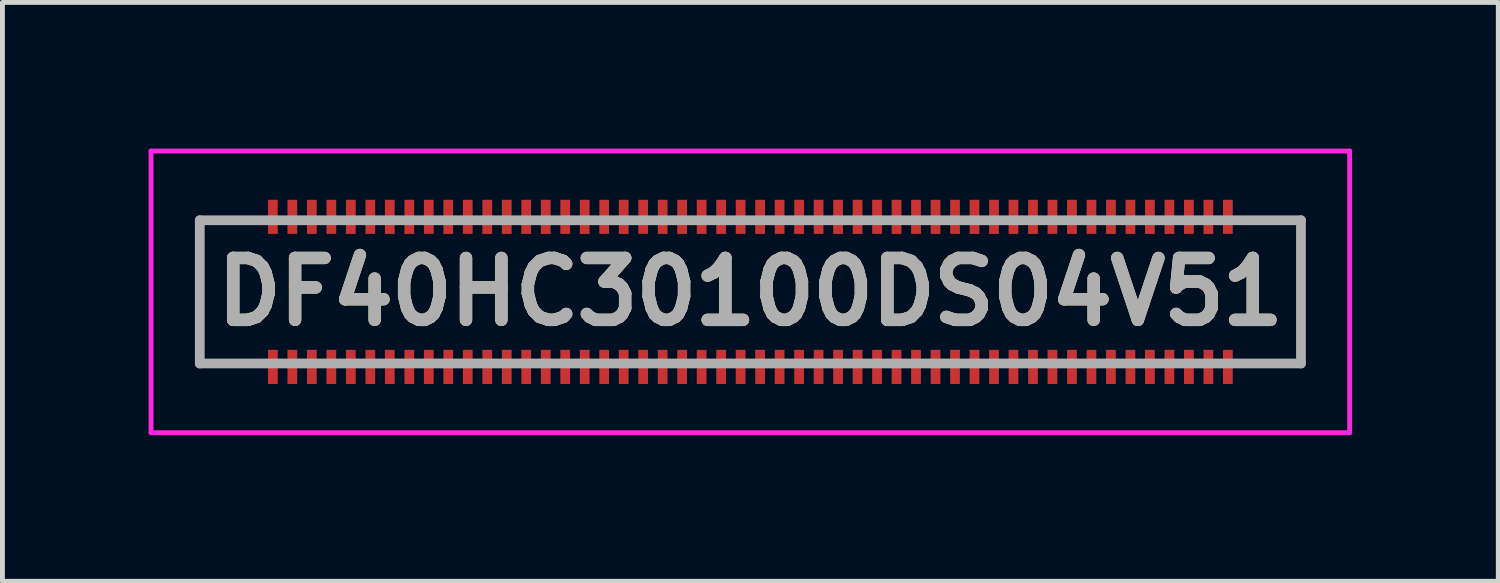
<source format=kicad_pcb>
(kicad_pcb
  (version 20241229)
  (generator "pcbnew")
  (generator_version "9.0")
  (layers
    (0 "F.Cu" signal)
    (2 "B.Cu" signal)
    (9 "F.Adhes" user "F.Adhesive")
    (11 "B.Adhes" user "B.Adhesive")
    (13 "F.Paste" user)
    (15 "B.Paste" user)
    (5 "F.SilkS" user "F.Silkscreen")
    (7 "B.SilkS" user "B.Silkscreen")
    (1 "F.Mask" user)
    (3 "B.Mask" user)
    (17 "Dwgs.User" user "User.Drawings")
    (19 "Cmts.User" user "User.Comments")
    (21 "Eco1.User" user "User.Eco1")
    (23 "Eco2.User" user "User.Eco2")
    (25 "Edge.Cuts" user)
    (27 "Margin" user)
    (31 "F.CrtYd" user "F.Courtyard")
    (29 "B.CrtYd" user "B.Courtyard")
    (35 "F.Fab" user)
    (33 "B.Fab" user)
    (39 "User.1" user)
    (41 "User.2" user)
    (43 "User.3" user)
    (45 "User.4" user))
  (footprint "DF40HC30100DS04V51"
    (layer "F.Cu")
    (at 12.35 2.94)
    (property "Reference" "DF40HC30100DS04V51" (at 0 0 0) (layer "F.SilkS") (effects (font (size 1.27 1.27) (thickness 0.254))))
    (attr smd)
    (fp_line (start -11.3 -1.47) (end -11.3 1.47) (stroke (width 0.1) (type solid)) (layer "F.SilkS"))
    (fp_line (start -11.3 1.47) (end -10 1.47) (stroke (width 0.1) (type solid)) (layer "F.SilkS"))
    (fp_line (start -10 -1.47) (end -11.3 -1.47) (stroke (width 0.1) (type solid)) (layer "F.SilkS"))
    (fp_line (start 10 -1.47) (end 11.3 -1.47) (stroke (width 0.1) (type solid)) (layer "F.SilkS"))
    (fp_line (start 11.3 -1.47) (end 11.3 1.47) (stroke (width 0.1) (type solid)) (layer "F.SilkS"))
    (fp_line (start 11.3 1.47) (end 10 1.47) (stroke (width 0.1) (type solid)) (layer "F.SilkS"))
    (fp_line (start -12.3 -2.89) (end 12.3 -2.89) (stroke (width 0.1) (type solid)) (layer "F.CrtYd"))
    (fp_line (start -12.3 2.89) (end -12.3 -2.89) (stroke (width 0.1) (type solid)) (layer "F.CrtYd"))
    (fp_line (start 12.3 -2.89) (end 12.3 2.89) (stroke (width 0.1) (type solid)) (layer "F.CrtYd"))
    (fp_line (start 12.3 2.89) (end -12.3 2.89) (stroke (width 0.1) (type solid)) (layer "F.CrtYd"))
    (fp_line (start -11.3 -1.47) (end 11.3 -1.47) (stroke (width 0.2) (type solid)) (layer "F.Fab"))
    (fp_line (start -11.3 1.47) (end -11.3 -1.47) (stroke (width 0.2) (type solid)) (layer "F.Fab"))
    (fp_line (start 11.3 -1.47) (end 11.3 1.47) (stroke (width 0.2) (type solid)) (layer "F.Fab"))
    (fp_line (start 11.3 1.47) (end -11.3 1.47) (stroke (width 0.2) (type solid)) (layer "F.Fab"))
    (fp_text user "${REFERENCE}" (at 0 0 0) (layer "F.Fab") (effects (font (size 1.27 1.27) (thickness 0.254))))
    (pad "1" smd rect (at -9.8 1.54) (size 0.2 0.7) (layers "F.Cu" "F.Mask" "F.Paste"))
    (pad "2" smd rect (at -9.8 -1.54) (size 0.2 0.7) (layers "F.Cu" "F.Mask" "F.Paste"))
    (pad "3" smd rect (at -9.4 1.54) (size 0.2 0.7) (layers "F.Cu" "F.Mask" "F.Paste"))
    (pad "4" smd rect (at -9.4 -1.54) (size 0.2 0.7) (layers "F.Cu" "F.Mask" "F.Paste"))
    (pad "5" smd rect (at -9 1.54) (size 0.2 0.7) (layers "F.Cu" "F.Mask" "F.Paste"))
    (pad "6" smd rect (at -9 -1.54) (size 0.2 0.7) (layers "F.Cu" "F.Mask" "F.Paste"))
    (pad "7" smd rect (at -8.6 1.54) (size 0.2 0.7) (layers "F.Cu" "F.Mask" "F.Paste"))
    (pad "8" smd rect (at -8.6 -1.54) (size 0.2 0.7) (layers "F.Cu" "F.Mask" "F.Paste"))
    (pad "9" smd rect (at -8.2 1.54) (size 0.2 0.7) (layers "F.Cu" "F.Mask" "F.Paste"))
    (pad "10" smd rect (at -8.2 -1.54) (size 0.2 0.7) (layers "F.Cu" "F.Mask" "F.Paste"))
    (pad "11" smd rect (at -7.8 1.54) (size 0.2 0.7) (layers "F.Cu" "F.Mask" "F.Paste"))
    (pad "12" smd rect (at -7.8 -1.54) (size 0.2 0.7) (layers "F.Cu" "F.Mask" "F.Paste"))
    (pad "13" smd rect (at -7.4 1.54) (size 0.2 0.7) (layers "F.Cu" "F.Mask" "F.Paste"))
    (pad "14" smd rect (at -7.4 -1.54) (size 0.2 0.7) (layers "F.Cu" "F.Mask" "F.Paste"))
    (pad "15" smd rect (at -7 1.54) (size 0.2 0.7) (layers "F.Cu" "F.Mask" "F.Paste"))
    (pad "16" smd rect (at -7 -1.54) (size 0.2 0.7) (layers "F.Cu" "F.Mask" "F.Paste"))
    (pad "17" smd rect (at -6.6 1.54) (size 0.2 0.7) (layers "F.Cu" "F.Mask" "F.Paste"))
    (pad "18" smd rect (at -6.6 -1.54) (size 0.2 0.7) (layers "F.Cu" "F.Mask" "F.Paste"))
    (pad "19" smd rect (at -6.2 1.54) (size 0.2 0.7) (layers "F.Cu" "F.Mask" "F.Paste"))
    (pad "20" smd rect (at -6.2 -1.54) (size 0.2 0.7) (layers "F.Cu" "F.Mask" "F.Paste"))
    (pad "21" smd rect (at -5.8 1.54) (size 0.2 0.7) (layers "F.Cu" "F.Mask" "F.Paste"))
    (pad "22" smd rect (at -5.8 -1.54) (size 0.2 0.7) (layers "F.Cu" "F.Mask" "F.Paste"))
    (pad "23" smd rect (at -5.4 1.54) (size 0.2 0.7) (layers "F.Cu" "F.Mask" "F.Paste"))
    (pad "24" smd rect (at -5.4 -1.54) (size 0.2 0.7) (layers "F.Cu" "F.Mask" "F.Paste"))
    (pad "25" smd rect (at -5 1.54) (size 0.2 0.7) (layers "F.Cu" "F.Mask" "F.Paste"))
    (pad "26" smd rect (at -5 -1.54) (size 0.2 0.7) (layers "F.Cu" "F.Mask" "F.Paste"))
    (pad "27" smd rect (at -4.6 1.54) (size 0.2 0.7) (layers "F.Cu" "F.Mask" "F.Paste"))
    (pad "28" smd rect (at -4.6 -1.54) (size 0.2 0.7) (layers "F.Cu" "F.Mask" "F.Paste"))
    (pad "29" smd rect (at -4.2 1.54) (size 0.2 0.7) (layers "F.Cu" "F.Mask" "F.Paste"))
    (pad "30" smd rect (at -4.2 -1.54) (size 0.2 0.7) (layers "F.Cu" "F.Mask" "F.Paste"))
    (pad "31" smd rect (at -3.8 1.54) (size 0.2 0.7) (layers "F.Cu" "F.Mask" "F.Paste"))
    (pad "32" smd rect (at -3.8 -1.54) (size 0.2 0.7) (layers "F.Cu" "F.Mask" "F.Paste"))
    (pad "33" smd rect (at -3.4 1.54) (size 0.2 0.7) (layers "F.Cu" "F.Mask" "F.Paste"))
    (pad "34" smd rect (at -3.4 -1.54) (size 0.2 0.7) (layers "F.Cu" "F.Mask" "F.Paste"))
    (pad "35" smd rect (at -3 1.54) (size 0.2 0.7) (layers "F.Cu" "F.Mask" "F.Paste"))
    (pad "36" smd rect (at -3 -1.54) (size 0.2 0.7) (layers "F.Cu" "F.Mask" "F.Paste"))
    (pad "37" smd rect (at -2.6 1.54) (size 0.2 0.7) (layers "F.Cu" "F.Mask" "F.Paste"))
    (pad "38" smd rect (at -2.6 -1.54) (size 0.2 0.7) (layers "F.Cu" "F.Mask" "F.Paste"))
    (pad "39" smd rect (at -2.2 1.54) (size 0.2 0.7) (layers "F.Cu" "F.Mask" "F.Paste"))
    (pad "40" smd rect (at -2.2 -1.54) (size 0.2 0.7) (layers "F.Cu" "F.Mask" "F.Paste"))
    (pad "41" smd rect (at -1.8 1.54) (size 0.2 0.7) (layers "F.Cu" "F.Mask" "F.Paste"))
    (pad "42" smd rect (at -1.8 -1.54) (size 0.2 0.7) (layers "F.Cu" "F.Mask" "F.Paste"))
    (pad "43" smd rect (at -1.4 1.54) (size 0.2 0.7) (layers "F.Cu" "F.Mask" "F.Paste"))
    (pad "44" smd rect (at -1.4 -1.54) (size 0.2 0.7) (layers "F.Cu" "F.Mask" "F.Paste"))
    (pad "45" smd rect (at -1 1.54) (size 0.2 0.7) (layers "F.Cu" "F.Mask" "F.Paste"))
    (pad "46" smd rect (at -1 -1.54) (size 0.2 0.7) (layers "F.Cu" "F.Mask" "F.Paste"))
    (pad "47" smd rect (at -0.6 1.54) (size 0.2 0.7) (layers "F.Cu" "F.Mask" "F.Paste"))
    (pad "48" smd rect (at -0.6 -1.54) (size 0.2 0.7) (layers "F.Cu" "F.Mask" "F.Paste"))
    (pad "49" smd rect (at -0.2 1.54) (size 0.2 0.7) (layers "F.Cu" "F.Mask" "F.Paste"))
    (pad "50" smd rect (at -0.2 -1.54) (size 0.2 0.7) (layers "F.Cu" "F.Mask" "F.Paste"))
    (pad "51" smd rect (at 0.2 1.54) (size 0.2 0.7) (layers "F.Cu" "F.Mask" "F.Paste"))
    (pad "52" smd rect (at 0.2 -1.54) (size 0.2 0.7) (layers "F.Cu" "F.Mask" "F.Paste"))
    (pad "53" smd rect (at 0.6 1.54) (size 0.2 0.7) (layers "F.Cu" "F.Mask" "F.Paste"))
    (pad "54" smd rect (at 0.6 -1.54) (size 0.2 0.7) (layers "F.Cu" "F.Mask" "F.Paste"))
    (pad "55" smd rect (at 1 1.54) (size 0.2 0.7) (layers "F.Cu" "F.Mask" "F.Paste"))
    (pad "56" smd rect (at 1 -1.54) (size 0.2 0.7) (layers "F.Cu" "F.Mask" "F.Paste"))
    (pad "57" smd rect (at 1.4 1.54) (size 0.2 0.7) (layers "F.Cu" "F.Mask" "F.Paste"))
    (pad "58" smd rect (at 1.4 -1.54) (size 0.2 0.7) (layers "F.Cu" "F.Mask" "F.Paste"))
    (pad "59" smd rect (at 1.8 1.54) (size 0.2 0.7) (layers "F.Cu" "F.Mask" "F.Paste"))
    (pad "60" smd rect (at 1.8 -1.54) (size 0.2 0.7) (layers "F.Cu" "F.Mask" "F.Paste"))
    (pad "61" smd rect (at 2.2 1.54) (size 0.2 0.7) (layers "F.Cu" "F.Mask" "F.Paste"))
    (pad "62" smd rect (at 2.2 -1.54) (size 0.2 0.7) (layers "F.Cu" "F.Mask" "F.Paste"))
    (pad "63" smd rect (at 2.6 1.54) (size 0.2 0.7) (layers "F.Cu" "F.Mask" "F.Paste"))
    (pad "64" smd rect (at 2.6 -1.54) (size 0.2 0.7) (layers "F.Cu" "F.Mask" "F.Paste"))
    (pad "65" smd rect (at 3 1.54) (size 0.2 0.7) (layers "F.Cu" "F.Mask" "F.Paste"))
    (pad "66" smd rect (at 3 -1.54) (size 0.2 0.7) (layers "F.Cu" "F.Mask" "F.Paste"))
    (pad "67" smd rect (at 3.4 1.54) (size 0.2 0.7) (layers "F.Cu" "F.Mask" "F.Paste"))
    (pad "68" smd rect (at 3.4 -1.54) (size 0.2 0.7) (layers "F.Cu" "F.Mask" "F.Paste"))
    (pad "69" smd rect (at 3.8 1.54) (size 0.2 0.7) (layers "F.Cu" "F.Mask" "F.Paste"))
    (pad "70" smd rect (at 3.8 -1.54) (size 0.2 0.7) (layers "F.Cu" "F.Mask" "F.Paste"))
    (pad "71" smd rect (at 4.2 1.54) (size 0.2 0.7) (layers "F.Cu" "F.Mask" "F.Paste"))
    (pad "72" smd rect (at 4.2 -1.54) (size 0.2 0.7) (layers "F.Cu" "F.Mask" "F.Paste"))
    (pad "73" smd rect (at 4.6 1.54) (size 0.2 0.7) (layers "F.Cu" "F.Mask" "F.Paste"))
    (pad "74" smd rect (at 4.6 -1.54) (size 0.2 0.7) (layers "F.Cu" "F.Mask" "F.Paste"))
    (pad "75" smd rect (at 5 1.54) (size 0.2 0.7) (layers "F.Cu" "F.Mask" "F.Paste"))
    (pad "76" smd rect (at 5 -1.54) (size 0.2 0.7) (layers "F.Cu" "F.Mask" "F.Paste"))
    (pad "77" smd rect (at 5.4 1.54) (size 0.2 0.7) (layers "F.Cu" "F.Mask" "F.Paste"))
    (pad "78" smd rect (at 5.4 -1.54) (size 0.2 0.7) (layers "F.Cu" "F.Mask" "F.Paste"))
    (pad "79" smd rect (at 5.8 1.54) (size 0.2 0.7) (layers "F.Cu" "F.Mask" "F.Paste"))
    (pad "80" smd rect (at 5.8 -1.54) (size 0.2 0.7) (layers "F.Cu" "F.Mask" "F.Paste"))
    (pad "81" smd rect (at 6.2 1.54) (size 0.2 0.7) (layers "F.Cu" "F.Mask" "F.Paste"))
    (pad "82" smd rect (at 6.2 -1.54) (size 0.2 0.7) (layers "F.Cu" "F.Mask" "F.Paste"))
    (pad "83" smd rect (at 6.6 1.54) (size 0.2 0.7) (layers "F.Cu" "F.Mask" "F.Paste"))
    (pad "84" smd rect (at 6.6 -1.54) (size 0.2 0.7) (layers "F.Cu" "F.Mask" "F.Paste"))
    (pad "85" smd rect (at 7 1.54) (size 0.2 0.7) (layers "F.Cu" "F.Mask" "F.Paste"))
    (pad "86" smd rect (at 7 -1.54) (size 0.2 0.7) (layers "F.Cu" "F.Mask" "F.Paste"))
    (pad "87" smd rect (at 7.4 1.54) (size 0.2 0.7) (layers "F.Cu" "F.Mask" "F.Paste"))
    (pad "88" smd rect (at 7.4 -1.54) (size 0.2 0.7) (layers "F.Cu" "F.Mask" "F.Paste"))
    (pad "89" smd rect (at 7.8 1.54) (size 0.2 0.7) (layers "F.Cu" "F.Mask" "F.Paste"))
    (pad "90" smd rect (at 7.8 -1.54) (size 0.2 0.7) (layers "F.Cu" "F.Mask" "F.Paste"))
    (pad "91" smd rect (at 8.2 1.54) (size 0.2 0.7) (layers "F.Cu" "F.Mask" "F.Paste"))
    (pad "92" smd rect (at 8.2 -1.54) (size 0.2 0.7) (layers "F.Cu" "F.Mask" "F.Paste"))
    (pad "93" smd rect (at 8.6 1.54) (size 0.2 0.7) (layers "F.Cu" "F.Mask" "F.Paste"))
    (pad "94" smd rect (at 8.6 -1.54) (size 0.2 0.7) (layers "F.Cu" "F.Mask" "F.Paste"))
    (pad "95" smd rect (at 9 1.54) (size 0.2 0.7) (layers "F.Cu" "F.Mask" "F.Paste"))
    (pad "96" smd rect (at 9 -1.54) (size 0.2 0.7) (layers "F.Cu" "F.Mask" "F.Paste"))
    (pad "97" smd rect (at 9.4 1.54) (size 0.2 0.7) (layers "F.Cu" "F.Mask" "F.Paste"))
    (pad "98" smd rect (at 9.4 -1.54) (size 0.2 0.7) (layers "F.Cu" "F.Mask" "F.Paste"))
    (pad "99" smd rect (at 9.8 1.54) (size 0.2 0.7) (layers "F.Cu" "F.Mask" "F.Paste"))
    (pad "100" smd rect (at 9.8 -1.54) (size 0.2 0.7) (layers "F.Cu" "F.Mask" "F.Paste")))
  (gr_rect
    (start -3 -3)
    (end 27.7 8.88)
    (stroke (width 0.1) (type default))
    (fill no)
    (layer "Edge.Cuts")))
</source>
